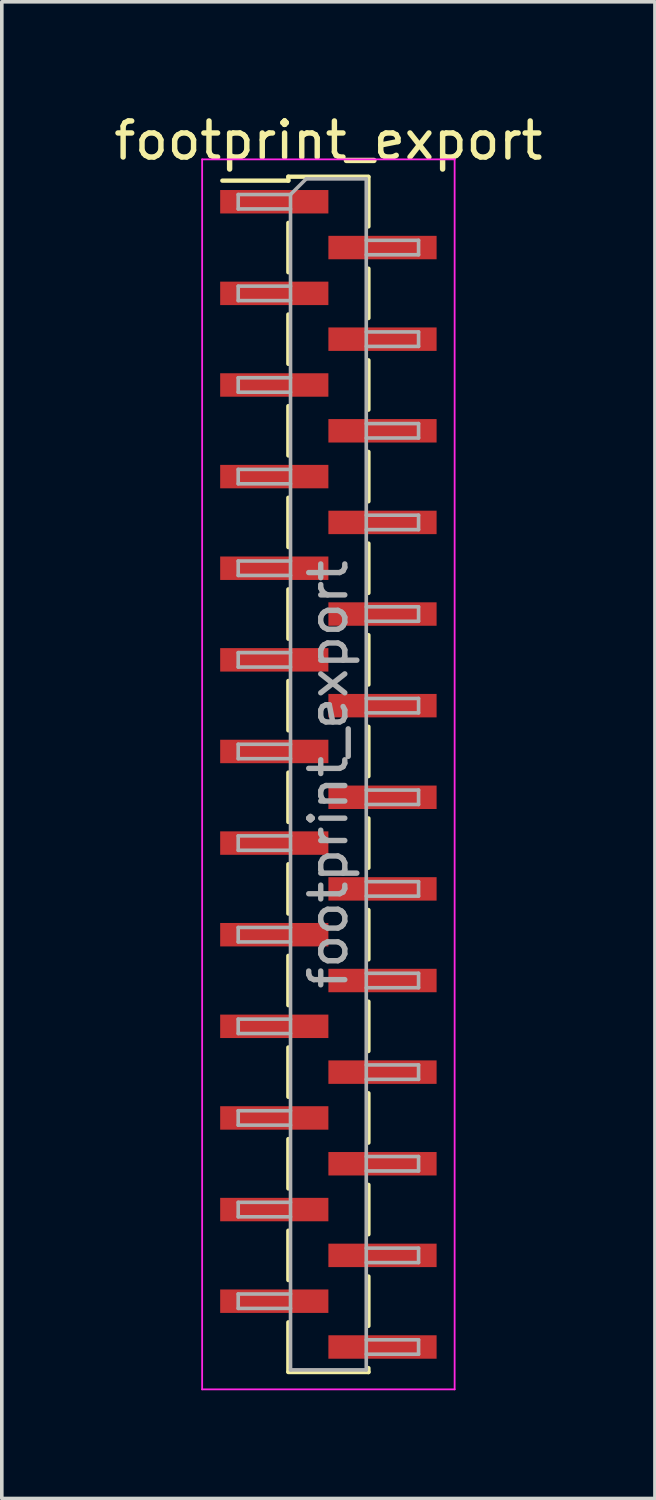
<source format=kicad_pcb>
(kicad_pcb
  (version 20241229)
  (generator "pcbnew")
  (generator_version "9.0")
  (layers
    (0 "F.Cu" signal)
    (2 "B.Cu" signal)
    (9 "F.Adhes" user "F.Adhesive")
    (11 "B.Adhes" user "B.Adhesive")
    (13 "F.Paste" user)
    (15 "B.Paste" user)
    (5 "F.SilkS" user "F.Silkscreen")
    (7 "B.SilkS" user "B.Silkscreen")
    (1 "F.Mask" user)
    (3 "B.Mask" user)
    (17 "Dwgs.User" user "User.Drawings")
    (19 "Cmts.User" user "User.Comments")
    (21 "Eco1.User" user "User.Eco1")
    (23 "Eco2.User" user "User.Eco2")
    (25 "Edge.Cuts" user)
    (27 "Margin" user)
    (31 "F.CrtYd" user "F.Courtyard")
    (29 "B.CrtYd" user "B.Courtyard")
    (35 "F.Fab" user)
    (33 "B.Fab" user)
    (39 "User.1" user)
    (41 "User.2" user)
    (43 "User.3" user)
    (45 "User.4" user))
  (footprint "footprint_export"
    (layer "F.Cu")
    (at 6.054 18.418)
    (property "Reference" "footprint_export" (at 0 -17.57 0) (layer "F.SilkS") (effects (font (size 1 1) (thickness 0.15))))
    (attr smd)
    (fp_line (start -1.11 -16.57) (end -1.11 -16.46) (stroke (width 0.12) (type solid)) (layer "F.SilkS"))
    (fp_line (start -1.11 -16.57) (end 1.11 -16.57) (stroke (width 0.12) (type solid)) (layer "F.SilkS"))
    (fp_line (start -1.11 -16.46) (end -2.94 -16.46) (stroke (width 0.12) (type solid)) (layer "F.SilkS"))
    (fp_line (start -1.11 -15.29) (end -1.11 -13.92) (stroke (width 0.12) (type solid)) (layer "F.SilkS"))
    (fp_line (start -1.11 -12.75) (end -1.11 -11.38) (stroke (width 0.12) (type solid)) (layer "F.SilkS"))
    (fp_line (start -1.11 -10.21) (end -1.11 -8.84) (stroke (width 0.12) (type solid)) (layer "F.SilkS"))
    (fp_line (start -1.11 -7.67) (end -1.11 -6.3) (stroke (width 0.12) (type solid)) (layer "F.SilkS"))
    (fp_line (start -1.11 -5.13) (end -1.11 -3.76) (stroke (width 0.12) (type solid)) (layer "F.SilkS"))
    (fp_line (start -1.11 -2.59) (end -1.11 -1.22) (stroke (width 0.12) (type solid)) (layer "F.SilkS"))
    (fp_line (start -1.11 -0.05) (end -1.11 1.32) (stroke (width 0.12) (type solid)) (layer "F.SilkS"))
    (fp_line (start -1.11 2.49) (end -1.11 3.86) (stroke (width 0.12) (type solid)) (layer "F.SilkS"))
    (fp_line (start -1.11 5.03) (end -1.11 6.4) (stroke (width 0.12) (type solid)) (layer "F.SilkS"))
    (fp_line (start -1.11 7.57) (end -1.11 8.94) (stroke (width 0.12) (type solid)) (layer "F.SilkS"))
    (fp_line (start -1.11 10.11) (end -1.11 11.48) (stroke (width 0.12) (type solid)) (layer "F.SilkS"))
    (fp_line (start -1.11 12.65) (end -1.11 14.02) (stroke (width 0.12) (type solid)) (layer "F.SilkS"))
    (fp_line (start -1.11 15.19) (end -1.11 16.56) (stroke (width 0.12) (type solid)) (layer "F.SilkS"))
    (fp_line (start -1.11 16.57) (end 1.11 16.57) (stroke (width 0.12) (type solid)) (layer "F.SilkS"))
    (fp_line (start 1.11 -16.56) (end 1.11 -15.19) (stroke (width 0.12) (type solid)) (layer "F.SilkS"))
    (fp_line (start 1.11 -14.02) (end 1.11 -12.65) (stroke (width 0.12) (type solid)) (layer "F.SilkS"))
    (fp_line (start 1.11 -11.48) (end 1.11 -10.11) (stroke (width 0.12) (type solid)) (layer "F.SilkS"))
    (fp_line (start 1.11 -8.94) (end 1.11 -7.57) (stroke (width 0.12) (type solid)) (layer "F.SilkS"))
    (fp_line (start 1.11 -6.4) (end 1.11 -5.03) (stroke (width 0.12) (type solid)) (layer "F.SilkS"))
    (fp_line (start 1.11 -3.86) (end 1.11 -2.49) (stroke (width 0.12) (type solid)) (layer "F.SilkS"))
    (fp_line (start 1.11 -1.32) (end 1.11 0.05) (stroke (width 0.12) (type solid)) (layer "F.SilkS"))
    (fp_line (start 1.11 1.22) (end 1.11 2.59) (stroke (width 0.12) (type solid)) (layer "F.SilkS"))
    (fp_line (start 1.11 3.76) (end 1.11 5.13) (stroke (width 0.12) (type solid)) (layer "F.SilkS"))
    (fp_line (start 1.11 6.3) (end 1.11 7.67) (stroke (width 0.12) (type solid)) (layer "F.SilkS"))
    (fp_line (start 1.11 8.84) (end 1.11 10.21) (stroke (width 0.12) (type solid)) (layer "F.SilkS"))
    (fp_line (start 1.11 11.38) (end 1.11 12.75) (stroke (width 0.12) (type solid)) (layer "F.SilkS"))
    (fp_line (start 1.11 13.92) (end 1.11 15.29) (stroke (width 0.12) (type solid)) (layer "F.SilkS"))
    (fp_line (start 1.11 16.46) (end 1.11 16.57) (stroke (width 0.12) (type solid)) (layer "F.SilkS"))
    (fp_line (start -3.5 -17.05) (end -3.5 17.05) (stroke (width 0.05) (type solid)) (layer "F.CrtYd"))
    (fp_line (start -3.5 17.05) (end 3.5 17.05) (stroke (width 0.05) (type solid)) (layer "F.CrtYd"))
    (fp_line (start 3.5 -17.05) (end -3.5 -17.05) (stroke (width 0.05) (type solid)) (layer "F.CrtYd"))
    (fp_line (start 3.5 17.05) (end 3.5 -17.05) (stroke (width 0.05) (type solid)) (layer "F.CrtYd"))
    (fp_line (start -2.5 -16.075) (end -2.5 -15.675) (stroke (width 0.1) (type solid)) (layer "F.Fab"))
    (fp_line (start -2.5 -15.675) (end -1.05 -15.675) (stroke (width 0.1) (type solid)) (layer "F.Fab"))
    (fp_line (start -2.5 -13.535) (end -2.5 -13.135) (stroke (width 0.1) (type solid)) (layer "F.Fab"))
    (fp_line (start -2.5 -13.135) (end -1.05 -13.135) (stroke (width 0.1) (type solid)) (layer "F.Fab"))
    (fp_line (start -2.5 -10.995) (end -2.5 -10.595) (stroke (width 0.1) (type solid)) (layer "F.Fab"))
    (fp_line (start -2.5 -10.595) (end -1.05 -10.595) (stroke (width 0.1) (type solid)) (layer "F.Fab"))
    (fp_line (start -2.5 -8.455) (end -2.5 -8.055) (stroke (width 0.1) (type solid)) (layer "F.Fab"))
    (fp_line (start -2.5 -8.055) (end -1.05 -8.055) (stroke (width 0.1) (type solid)) (layer "F.Fab"))
    (fp_line (start -2.5 -5.915) (end -2.5 -5.515) (stroke (width 0.1) (type solid)) (layer "F.Fab"))
    (fp_line (start -2.5 -5.515) (end -1.05 -5.515) (stroke (width 0.1) (type solid)) (layer "F.Fab"))
    (fp_line (start -2.5 -3.375) (end -2.5 -2.975) (stroke (width 0.1) (type solid)) (layer "F.Fab"))
    (fp_line (start -2.5 -2.975) (end -1.05 -2.975) (stroke (width 0.1) (type solid)) (layer "F.Fab"))
    (fp_line (start -2.5 -0.835) (end -2.5 -0.435) (stroke (width 0.1) (type solid)) (layer "F.Fab"))
    (fp_line (start -2.5 -0.435) (end -1.05 -0.435) (stroke (width 0.1) (type solid)) (layer "F.Fab"))
    (fp_line (start -2.5 1.705) (end -2.5 2.105) (stroke (width 0.1) (type solid)) (layer "F.Fab"))
    (fp_line (start -2.5 2.105) (end -1.05 2.105) (stroke (width 0.1) (type solid)) (layer "F.Fab"))
    (fp_line (start -2.5 4.245) (end -2.5 4.645) (stroke (width 0.1) (type solid)) (layer "F.Fab"))
    (fp_line (start -2.5 4.645) (end -1.05 4.645) (stroke (width 0.1) (type solid)) (layer "F.Fab"))
    (fp_line (start -2.5 6.785) (end -2.5 7.185) (stroke (width 0.1) (type solid)) (layer "F.Fab"))
    (fp_line (start -2.5 7.185) (end -1.05 7.185) (stroke (width 0.1) (type solid)) (layer "F.Fab"))
    (fp_line (start -2.5 9.325) (end -2.5 9.725) (stroke (width 0.1) (type solid)) (layer "F.Fab"))
    (fp_line (start -2.5 9.725) (end -1.05 9.725) (stroke (width 0.1) (type solid)) (layer "F.Fab"))
    (fp_line (start -2.5 11.865) (end -2.5 12.265) (stroke (width 0.1) (type solid)) (layer "F.Fab"))
    (fp_line (start -2.5 12.265) (end -1.05 12.265) (stroke (width 0.1) (type solid)) (layer "F.Fab"))
    (fp_line (start -2.5 14.405) (end -2.5 14.805) (stroke (width 0.1) (type solid)) (layer "F.Fab"))
    (fp_line (start -2.5 14.805) (end -1.05 14.805) (stroke (width 0.1) (type solid)) (layer "F.Fab"))
    (fp_line (start -1.05 -16.075) (end -2.5 -16.075) (stroke (width 0.1) (type solid)) (layer "F.Fab"))
    (fp_line (start -1.05 -16.075) (end -0.615 -16.51) (stroke (width 0.1) (type solid)) (layer "F.Fab"))
    (fp_line (start -1.05 -13.535) (end -2.5 -13.535) (stroke (width 0.1) (type solid)) (layer "F.Fab"))
    (fp_line (start -1.05 -10.995) (end -2.5 -10.995) (stroke (width 0.1) (type solid)) (layer "F.Fab"))
    (fp_line (start -1.05 -8.455) (end -2.5 -8.455) (stroke (width 0.1) (type solid)) (layer "F.Fab"))
    (fp_line (start -1.05 -5.915) (end -2.5 -5.915) (stroke (width 0.1) (type solid)) (layer "F.Fab"))
    (fp_line (start -1.05 -3.375) (end -2.5 -3.375) (stroke (width 0.1) (type solid)) (layer "F.Fab"))
    (fp_line (start -1.05 -0.835) (end -2.5 -0.835) (stroke (width 0.1) (type solid)) (layer "F.Fab"))
    (fp_line (start -1.05 1.705) (end -2.5 1.705) (stroke (width 0.1) (type solid)) (layer "F.Fab"))
    (fp_line (start -1.05 4.245) (end -2.5 4.245) (stroke (width 0.1) (type solid)) (layer "F.Fab"))
    (fp_line (start -1.05 6.785) (end -2.5 6.785) (stroke (width 0.1) (type solid)) (layer "F.Fab"))
    (fp_line (start -1.05 9.325) (end -2.5 9.325) (stroke (width 0.1) (type solid)) (layer "F.Fab"))
    (fp_line (start -1.05 11.865) (end -2.5 11.865) (stroke (width 0.1) (type solid)) (layer "F.Fab"))
    (fp_line (start -1.05 14.405) (end -2.5 14.405) (stroke (width 0.1) (type solid)) (layer "F.Fab"))
    (fp_line (start -1.05 16.51) (end -1.05 -16.075) (stroke (width 0.1) (type solid)) (layer "F.Fab"))
    (fp_line (start -0.615 -16.51) (end 1.05 -16.51) (stroke (width 0.1) (type solid)) (layer "F.Fab"))
    (fp_line (start 1.05 -16.51) (end 1.05 16.51) (stroke (width 0.1) (type solid)) (layer "F.Fab"))
    (fp_line (start 1.05 -14.805) (end 2.5 -14.805) (stroke (width 0.1) (type solid)) (layer "F.Fab"))
    (fp_line (start 1.05 -12.265) (end 2.5 -12.265) (stroke (width 0.1) (type solid)) (layer "F.Fab"))
    (fp_line (start 1.05 -9.725) (end 2.5 -9.725) (stroke (width 0.1) (type solid)) (layer "F.Fab"))
    (fp_line (start 1.05 -7.185) (end 2.5 -7.185) (stroke (width 0.1) (type solid)) (layer "F.Fab"))
    (fp_line (start 1.05 -4.645) (end 2.5 -4.645) (stroke (width 0.1) (type solid)) (layer "F.Fab"))
    (fp_line (start 1.05 -2.105) (end 2.5 -2.105) (stroke (width 0.1) (type solid)) (layer "F.Fab"))
    (fp_line (start 1.05 0.435) (end 2.5 0.435) (stroke (width 0.1) (type solid)) (layer "F.Fab"))
    (fp_line (start 1.05 2.975) (end 2.5 2.975) (stroke (width 0.1) (type solid)) (layer "F.Fab"))
    (fp_line (start 1.05 5.515) (end 2.5 5.515) (stroke (width 0.1) (type solid)) (layer "F.Fab"))
    (fp_line (start 1.05 8.055) (end 2.5 8.055) (stroke (width 0.1) (type solid)) (layer "F.Fab"))
    (fp_line (start 1.05 10.595) (end 2.5 10.595) (stroke (width 0.1) (type solid)) (layer "F.Fab"))
    (fp_line (start 1.05 13.135) (end 2.5 13.135) (stroke (width 0.1) (type solid)) (layer "F.Fab"))
    (fp_line (start 1.05 15.675) (end 2.5 15.675) (stroke (width 0.1) (type solid)) (layer "F.Fab"))
    (fp_line (start 1.05 16.51) (end -1.05 16.51) (stroke (width 0.1) (type solid)) (layer "F.Fab"))
    (fp_line (start 2.5 -14.805) (end 2.5 -14.405) (stroke (width 0.1) (type solid)) (layer "F.Fab"))
    (fp_line (start 2.5 -14.405) (end 1.05 -14.405) (stroke (width 0.1) (type solid)) (layer "F.Fab"))
    (fp_line (start 2.5 -12.265) (end 2.5 -11.865) (stroke (width 0.1) (type solid)) (layer "F.Fab"))
    (fp_line (start 2.5 -11.865) (end 1.05 -11.865) (stroke (width 0.1) (type solid)) (layer "F.Fab"))
    (fp_line (start 2.5 -9.725) (end 2.5 -9.325) (stroke (width 0.1) (type solid)) (layer "F.Fab"))
    (fp_line (start 2.5 -9.325) (end 1.05 -9.325) (stroke (width 0.1) (type solid)) (layer "F.Fab"))
    (fp_line (start 2.5 -7.185) (end 2.5 -6.785) (stroke (width 0.1) (type solid)) (layer "F.Fab"))
    (fp_line (start 2.5 -6.785) (end 1.05 -6.785) (stroke (width 0.1) (type solid)) (layer "F.Fab"))
    (fp_line (start 2.5 -4.645) (end 2.5 -4.245) (stroke (width 0.1) (type solid)) (layer "F.Fab"))
    (fp_line (start 2.5 -4.245) (end 1.05 -4.245) (stroke (width 0.1) (type solid)) (layer "F.Fab"))
    (fp_line (start 2.5 -2.105) (end 2.5 -1.705) (stroke (width 0.1) (type solid)) (layer "F.Fab"))
    (fp_line (start 2.5 -1.705) (end 1.05 -1.705) (stroke (width 0.1) (type solid)) (layer "F.Fab"))
    (fp_line (start 2.5 0.435) (end 2.5 0.835) (stroke (width 0.1) (type solid)) (layer "F.Fab"))
    (fp_line (start 2.5 0.835) (end 1.05 0.835) (stroke (width 0.1) (type solid)) (layer "F.Fab"))
    (fp_line (start 2.5 2.975) (end 2.5 3.375) (stroke (width 0.1) (type solid)) (layer "F.Fab"))
    (fp_line (start 2.5 3.375) (end 1.05 3.375) (stroke (width 0.1) (type solid)) (layer "F.Fab"))
    (fp_line (start 2.5 5.515) (end 2.5 5.915) (stroke (width 0.1) (type solid)) (layer "F.Fab"))
    (fp_line (start 2.5 5.915) (end 1.05 5.915) (stroke (width 0.1) (type solid)) (layer "F.Fab"))
    (fp_line (start 2.5 8.055) (end 2.5 8.455) (stroke (width 0.1) (type solid)) (layer "F.Fab"))
    (fp_line (start 2.5 8.455) (end 1.05 8.455) (stroke (width 0.1) (type solid)) (layer "F.Fab"))
    (fp_line (start 2.5 10.595) (end 2.5 10.995) (stroke (width 0.1) (type solid)) (layer "F.Fab"))
    (fp_line (start 2.5 10.995) (end 1.05 10.995) (stroke (width 0.1) (type solid)) (layer "F.Fab"))
    (fp_line (start 2.5 13.135) (end 2.5 13.535) (stroke (width 0.1) (type solid)) (layer "F.Fab"))
    (fp_line (start 2.5 13.535) (end 1.05 13.535) (stroke (width 0.1) (type solid)) (layer "F.Fab"))
    (fp_line (start 2.5 15.675) (end 2.5 16.075) (stroke (width 0.1) (type solid)) (layer "F.Fab"))
    (fp_line (start 2.5 16.075) (end 1.05 16.075) (stroke (width 0.1) (type solid)) (layer "F.Fab"))
    (fp_text user "${REFERENCE}" (at 0 0 90) (layer "F.Fab") (effects (font (size 1 1) (thickness 0.15))))
    (pad "1" smd rect (at -1.5 -15.875) (size 3 0.65) (layers "F.Cu" "F.Mask" "F.Paste"))
    (pad "2" smd rect (at 1.5 -14.605) (size 3 0.65) (layers "F.Cu" "F.Mask" "F.Paste"))
    (pad "3" smd rect (at -1.5 -13.335) (size 3 0.65) (layers "F.Cu" "F.Mask" "F.Paste"))
    (pad "4" smd rect (at 1.5 -12.065) (size 3 0.65) (layers "F.Cu" "F.Mask" "F.Paste"))
    (pad "5" smd rect (at -1.5 -10.795) (size 3 0.65) (layers "F.Cu" "F.Mask" "F.Paste"))
    (pad "6" smd rect (at 1.5 -9.525) (size 3 0.65) (layers "F.Cu" "F.Mask" "F.Paste"))
    (pad "7" smd rect (at -1.5 -8.255) (size 3 0.65) (layers "F.Cu" "F.Mask" "F.Paste"))
    (pad "8" smd rect (at 1.5 -6.985) (size 3 0.65) (layers "F.Cu" "F.Mask" "F.Paste"))
    (pad "9" smd rect (at -1.5 -5.715) (size 3 0.65) (layers "F.Cu" "F.Mask" "F.Paste"))
    (pad "10" smd rect (at 1.5 -4.445) (size 3 0.65) (layers "F.Cu" "F.Mask" "F.Paste"))
    (pad "11" smd rect (at -1.5 -3.175) (size 3 0.65) (layers "F.Cu" "F.Mask" "F.Paste"))
    (pad "12" smd rect (at 1.5 -1.905) (size 3 0.65) (layers "F.Cu" "F.Mask" "F.Paste"))
    (pad "13" smd rect (at -1.5 -0.635) (size 3 0.65) (layers "F.Cu" "F.Mask" "F.Paste"))
    (pad "14" smd rect (at 1.5 0.635) (size 3 0.65) (layers "F.Cu" "F.Mask" "F.Paste"))
    (pad "15" smd rect (at -1.5 1.905) (size 3 0.65) (layers "F.Cu" "F.Mask" "F.Paste"))
    (pad "16" smd rect (at 1.5 3.175) (size 3 0.65) (layers "F.Cu" "F.Mask" "F.Paste"))
    (pad "17" smd rect (at -1.5 4.445) (size 3 0.65) (layers "F.Cu" "F.Mask" "F.Paste"))
    (pad "18" smd rect (at 1.5 5.715) (size 3 0.65) (layers "F.Cu" "F.Mask" "F.Paste"))
    (pad "19" smd rect (at -1.5 6.985) (size 3 0.65) (layers "F.Cu" "F.Mask" "F.Paste"))
    (pad "20" smd rect (at 1.5 8.255) (size 3 0.65) (layers "F.Cu" "F.Mask" "F.Paste"))
    (pad "21" smd rect (at -1.5 9.525) (size 3 0.65) (layers "F.Cu" "F.Mask" "F.Paste"))
    (pad "22" smd rect (at 1.5 10.795) (size 3 0.65) (layers "F.Cu" "F.Mask" "F.Paste"))
    (pad "23" smd rect (at -1.5 12.065) (size 3 0.65) (layers "F.Cu" "F.Mask" "F.Paste"))
    (pad "24" smd rect (at 1.5 13.335) (size 3 0.65) (layers "F.Cu" "F.Mask" "F.Paste"))
    (pad "25" smd rect (at -1.5 14.605) (size 3 0.65) (layers "F.Cu" "F.Mask" "F.Paste"))
    (pad "26" smd rect (at 1.5 15.875) (size 3 0.65) (layers "F.Cu" "F.Mask" "F.Paste")))
  (gr_rect
    (start -3 -3)
    (end 15.107 38.493)
    (stroke (width 0.1) (type default))
    (fill no)
    (layer "Edge.Cuts")))
</source>
